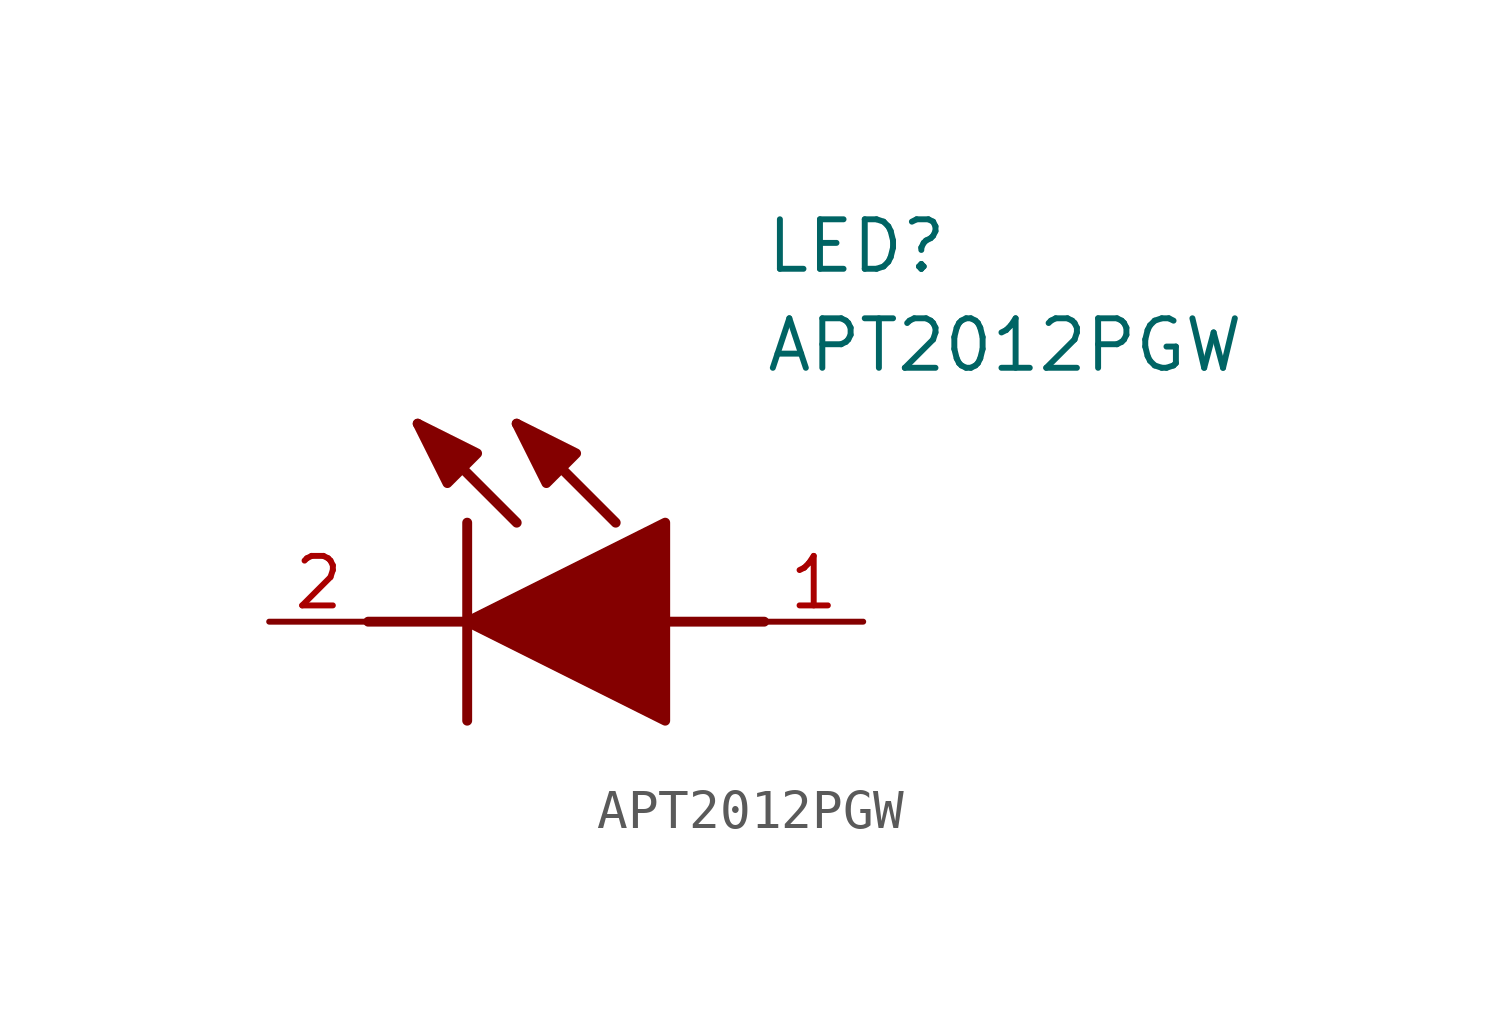
<source format=kicad_sym>
(kicad_symbol_lib
  (version 20211014)
  (generator SamacSys_ECAD_Model)
  (symbol "APT2012PGW"
    (pin_names hide)
    (property "Reference" "LED"
      (at 12.7 8.89 0)
      (effects (font (size 1.27 1.27)) (justify left bottom)))
    (property "Value" "APT2012PGW"
      (at 12.7 6.35 0)
      (effects (font (size 1.27 1.27)) (justify left bottom)))
    (polyline
      (pts (xy 5.08 2.54) (xy 5.08 -2.54))
      (stroke (width 0.254) (type default))
      (fill (type none)))
    (polyline
      (pts (xy 6.35 2.54) (xy 3.81 5.08))
      (stroke (width 0.254) (type default))
      (fill (type none)))
    (polyline
      (pts (xy 8.89 2.54) (xy 6.35 5.08))
      (stroke (width 0.254) (type default))
      (fill (type none)))
    (polyline
      (pts (xy 2.54 0) (xy 5.08 0))
      (stroke (width 0.254) (type default))
      (fill (type none)))
    (polyline
      (pts (xy 10.16 0) (xy 12.7 0))
      (stroke (width 0.254) (type default))
      (fill (type none)))
    (polyline
      (pts (xy 5.08 0) (xy 10.16 2.54) (xy 10.16 -2.54) (xy 5.08 0))
      (stroke (width 0.254) (type default))
      (fill (type outline)))
    (polyline
      (pts (xy 5.334 4.318) (xy 4.572 3.556) (xy 3.81 5.08) (xy 5.334 4.318))
      (stroke (width 0.254) (type default))
      (fill (type outline)))
    (polyline
      (pts (xy 7.874 4.318) (xy 7.112 3.556) (xy 6.35 5.08) (xy 7.874 4.318))
      (stroke (width 0.254) (type default))
      (fill (type outline)))
    (pin passive line
      (at 0 0 0)
      (length 2.54)
      (name "K" (effects (font (size 1.27 1.27))))
      (number "2" (effects (font (size 1.27 1.27)))))
    (pin passive line
      (at 15.24 0 180)
      (length 2.54)
      (name "A" (effects (font (size 1.27 1.27))))
      (number "1" (effects (font (size 1.27 1.27)))))))
</source>
